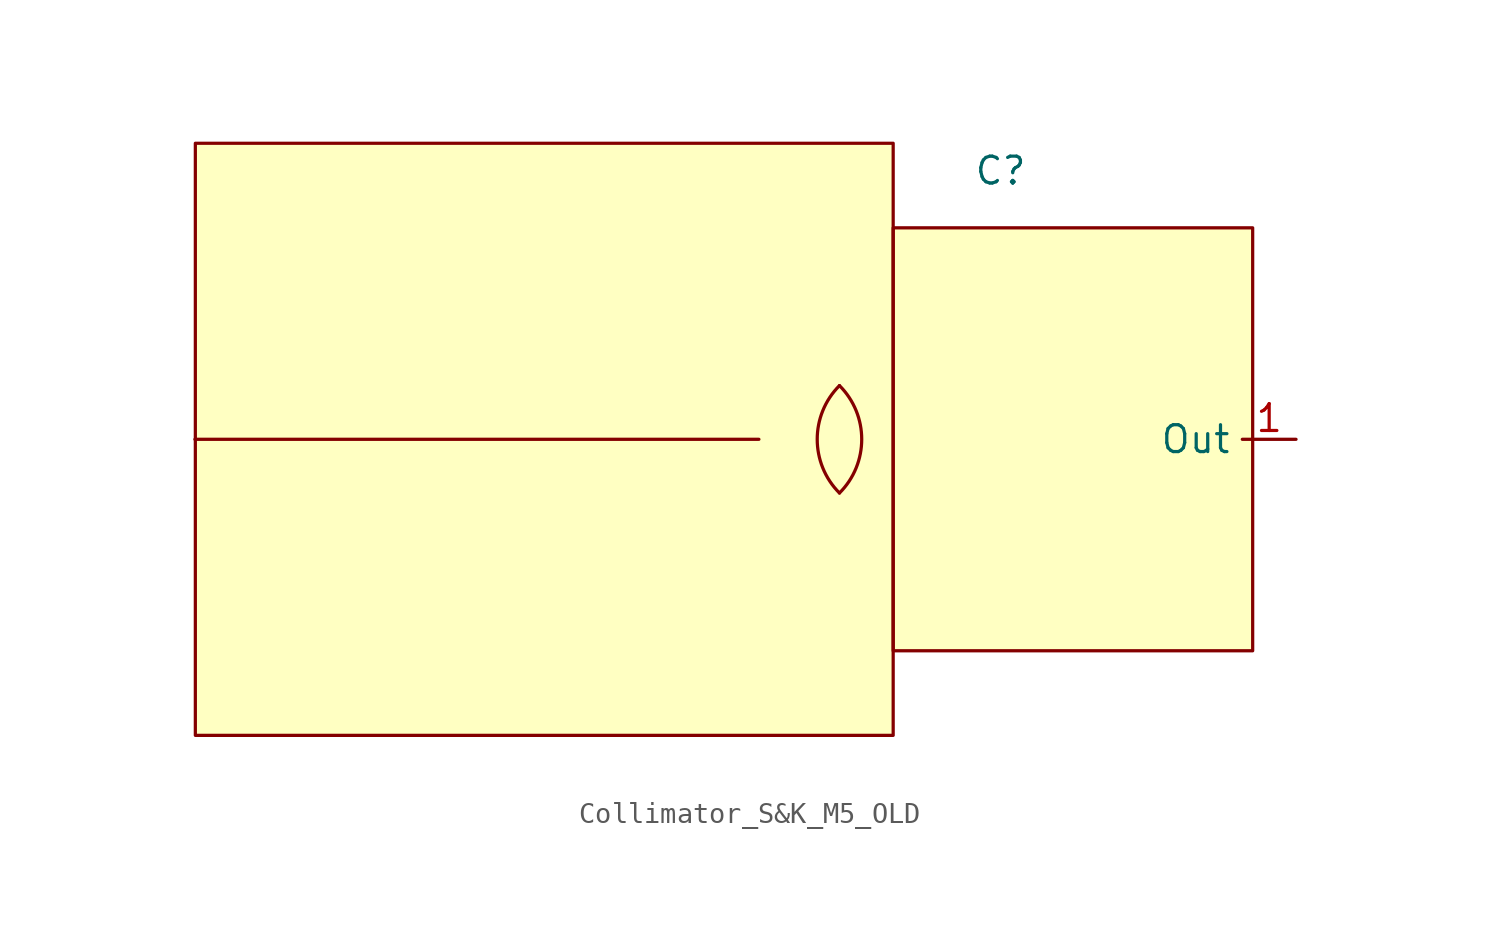
<source format=kicad_sym>
(kicad_symbol_lib
  (version 20241209)
  (generator "kicad_symbol_editor")
  (generator_version "9.0")
  (symbol "Collimator_S&K_M5_OLD"
    (property "Reference" "C"
      (at 5.08 12.7 0)
      (effects (font (size 1.27 1.27))))
    (property "Value" ""
      (at 0 0 0)
      (effects (font (size 1.27 1.27))))
    (symbol "Collimator_S&K_M5_OLD_1_1"
      (polyline (pts (xy -33.02 0) (xy -6.35 0)) (stroke (width 0) (type default)) (fill (type none)))
      (rectangle (start -33 14) (end 0 -14) (stroke (width 0) (type default)) (fill (type background)))
      (arc (start -2.54 2.54) (mid -1.4879 0) (end -2.54 -2.54) (stroke (width 0) (type default)) (fill (type none)))
      (rectangle (start 0 10) (end 17 -10) (stroke (width 0) (type default)) (fill (type background)))
      (arc (start -2.54 -2.54) (mid -3.5921 0) (end -2.54 2.54) (stroke (width 0) (type default)) (fill (type none)))
      (pin passive line (at 19.05 0 180) (length 2.54) (name "Out" (effects (font (size 1.27 1.27)))) (number "1" (effects (font (size 1.27 1.27))))))))
</source>
